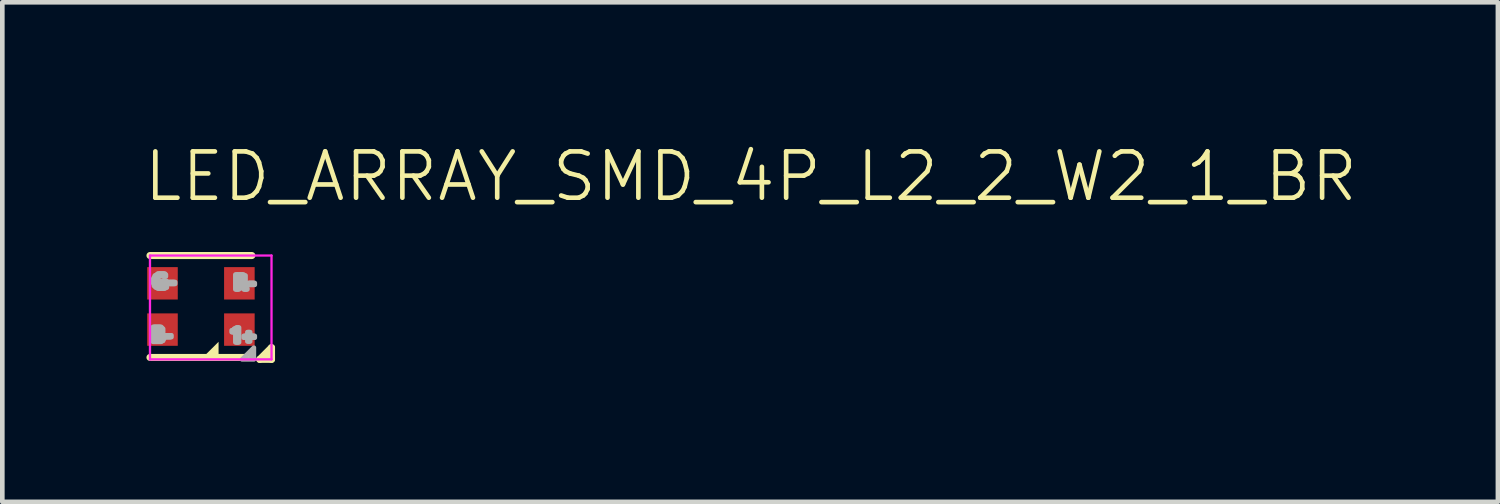
<source format=kicad_pcb>
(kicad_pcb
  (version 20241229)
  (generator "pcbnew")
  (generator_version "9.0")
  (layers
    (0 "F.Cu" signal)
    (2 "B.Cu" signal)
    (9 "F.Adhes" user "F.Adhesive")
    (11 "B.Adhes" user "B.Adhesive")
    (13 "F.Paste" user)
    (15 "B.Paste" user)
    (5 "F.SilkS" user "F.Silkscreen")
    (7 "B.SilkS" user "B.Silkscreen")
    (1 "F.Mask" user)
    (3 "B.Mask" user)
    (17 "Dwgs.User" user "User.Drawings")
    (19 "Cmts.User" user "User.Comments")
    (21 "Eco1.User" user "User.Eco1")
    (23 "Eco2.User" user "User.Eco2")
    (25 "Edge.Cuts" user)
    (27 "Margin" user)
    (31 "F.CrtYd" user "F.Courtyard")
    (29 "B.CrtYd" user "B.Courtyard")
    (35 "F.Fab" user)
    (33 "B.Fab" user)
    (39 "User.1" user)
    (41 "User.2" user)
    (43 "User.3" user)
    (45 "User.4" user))
  (footprint "LED_ARRAY_SMD_4P_L2_2_W2_1_BR"
    (layer "F.Cu")
    (at 1.5 3.588)
    (property "Reference" "LED_ARRAY_SMD_4P_L2_2_W2_1_BR" (at -1.5 -2.827 0) (layer "F.SilkS") (effects (font (size 1 1) (thickness 0.1)) (justify left)))
    (fp_line (start -1.312 -1.121) (end 0.888 -1.121) (stroke (width 0.152) (type solid)) (layer "F.SilkS"))
    (fp_line (start -1.312 1.079) (end 0.888 1.079) (stroke (width 0.152) (type solid)) (layer "F.SilkS"))
    (fp_line (start 1.058 1.121) (end 1.312 1.121) (stroke (width 0.152) (type solid)) (layer "F.SilkS"))
    (fp_line (start 1.312 0.868) (end 1.058 1.121) (stroke (width 0.152) (type solid)) (layer "F.SilkS"))
    (fp_line (start 1.312 1.121) (end 1.312 0.868) (stroke (width 0.152) (type solid)) (layer "F.SilkS"))
    (fp_poly (pts (xy 0.169 0.741) (xy 0.169 1.121) (xy -0.212 1.121)) (stroke (width 0) (type solid)) (fill yes) (layer "F.SilkS"))
    (fp_line (start -1.312 -1.121) (end -1.312 1.121) (stroke (width 0.05) (type solid)) (layer "F.CrtYd"))
    (fp_line (start -1.312 1.121) (end 1.312 1.121) (stroke (width 0.05) (type solid)) (layer "F.CrtYd"))
    (fp_line (start 1.312 -1.121) (end -1.312 -1.121) (stroke (width 0.05) (type solid)) (layer "F.CrtYd"))
    (fp_line (start 1.312 1.121) (end 1.312 -1.121) (stroke (width 0.05) (type solid)) (layer "F.CrtYd"))
    (fp_poly (pts (xy 0.931 1.121) (xy 0.931 0.868) (xy 0.677 1.121)) (stroke (width 0.1) (type solid)) (fill no) (layer "F.Fab"))
    (fp_poly (pts (xy -1.228 -0.529) (xy -1.248 -0.529) (xy -1.248 -0.61) (xy -1.228 -0.61)) (stroke (width 0.1) (type solid)) (fill no) (layer "F.Fab"))
    (fp_poly (pts (xy -1.228 0.741) (xy -1.248 0.741) (xy -1.248 0.42) (xy -1.228 0.42)) (stroke (width 0.1) (type solid)) (fill no) (layer "F.Fab"))
    (fp_poly (pts (xy -1.208 -0.469) (xy -1.228 -0.469) (xy -1.228 -0.649) (xy -1.208 -0.649)) (stroke (width 0.1) (type solid)) (fill no) (layer "F.Fab"))
    (fp_poly (pts (xy -1.208 0.741) (xy -1.228 0.741) (xy -1.228 0.42) (xy -1.208 0.42)) (stroke (width 0.1) (type solid)) (fill no) (layer "F.Fab"))
    (fp_poly (pts (xy -1.188 -0.45) (xy -1.208 -0.45) (xy -1.208 -0.69) (xy -1.188 -0.69)) (stroke (width 0.1) (type solid)) (fill no) (layer "F.Fab"))
    (fp_poly (pts (xy -1.188 0.741) (xy -1.208 0.741) (xy -1.208 0.42) (xy -1.188 0.42)) (stroke (width 0.1) (type solid)) (fill no) (layer "F.Fab"))
    (fp_poly (pts (xy -1.168 -0.429) (xy -1.188 -0.429) (xy -1.188 -0.69) (xy -1.168 -0.69)) (stroke (width 0.1) (type solid)) (fill no) (layer "F.Fab"))
    (fp_poly (pts (xy -1.168 0.741) (xy -1.188 0.741) (xy -1.188 0.42) (xy -1.168 0.42)) (stroke (width 0.1) (type solid)) (fill no) (layer "F.Fab"))
    (fp_poly (pts (xy -1.148 -0.629) (xy -1.168 -0.629) (xy -1.168 -0.71) (xy -1.148 -0.71)) (stroke (width 0.1) (type solid)) (fill no) (layer "F.Fab"))
    (fp_poly (pts (xy -1.148 -0.429) (xy -1.168 -0.429) (xy -1.168 -0.509) (xy -1.148 -0.509)) (stroke (width 0.1) (type solid)) (fill no) (layer "F.Fab"))
    (fp_poly (pts (xy -1.148 0.461) (xy -1.168 0.461) (xy -1.168 0.42) (xy -1.148 0.42)) (stroke (width 0.1) (type solid)) (fill no) (layer "F.Fab"))
    (fp_poly (pts (xy -1.148 0.601) (xy -1.168 0.601) (xy -1.168 0.56) (xy -1.148 0.56)) (stroke (width 0.1) (type solid)) (fill no) (layer "F.Fab"))
    (fp_poly (pts (xy -1.148 0.741) (xy -1.168 0.741) (xy -1.168 0.701) (xy -1.148 0.701)) (stroke (width 0.1) (type solid)) (fill no) (layer "F.Fab"))
    (fp_poly (pts (xy -1.128 -0.649) (xy -1.148 -0.649) (xy -1.148 -0.73) (xy -1.128 -0.73)) (stroke (width 0.1) (type solid)) (fill no) (layer "F.Fab"))
    (fp_poly (pts (xy -1.128 -0.409) (xy -1.148 -0.409) (xy -1.148 -0.469) (xy -1.128 -0.469)) (stroke (width 0.1) (type solid)) (fill no) (layer "F.Fab"))
    (fp_poly (pts (xy -1.128 0.461) (xy -1.148 0.461) (xy -1.148 0.42) (xy -1.128 0.42)) (stroke (width 0.1) (type solid)) (fill no) (layer "F.Fab"))
    (fp_poly (pts (xy -1.128 0.601) (xy -1.148 0.601) (xy -1.148 0.56) (xy -1.128 0.56)) (stroke (width 0.1) (type solid)) (fill no) (layer "F.Fab"))
    (fp_poly (pts (xy -1.128 0.741) (xy -1.148 0.741) (xy -1.148 0.701) (xy -1.128 0.701)) (stroke (width 0.1) (type solid)) (fill no) (layer "F.Fab"))
    (fp_poly (pts (xy -1.108 -0.669) (xy -1.128 -0.669) (xy -1.128 -0.73) (xy -1.108 -0.73)) (stroke (width 0.1) (type solid)) (fill no) (layer "F.Fab"))
    (fp_poly (pts (xy -1.108 -0.409) (xy -1.128 -0.409) (xy -1.128 -0.469) (xy -1.108 -0.469)) (stroke (width 0.1) (type solid)) (fill no) (layer "F.Fab"))
    (fp_poly (pts (xy -1.108 0.461) (xy -1.128 0.461) (xy -1.128 0.42) (xy -1.108 0.42)) (stroke (width 0.1) (type solid)) (fill no) (layer "F.Fab"))
    (fp_poly (pts (xy -1.108 0.601) (xy -1.128 0.601) (xy -1.128 0.54) (xy -1.108 0.54)) (stroke (width 0.1) (type solid)) (fill no) (layer "F.Fab"))
    (fp_poly (pts (xy -1.108 0.741) (xy -1.128 0.741) (xy -1.128 0.701) (xy -1.108 0.701)) (stroke (width 0.1) (type solid)) (fill no) (layer "F.Fab"))
    (fp_poly (pts (xy -1.088 -0.69) (xy -1.108 -0.69) (xy -1.108 -0.73) (xy -1.088 -0.73)) (stroke (width 0.1) (type solid)) (fill no) (layer "F.Fab"))
    (fp_poly (pts (xy -1.088 -0.409) (xy -1.108 -0.409) (xy -1.108 -0.45) (xy -1.088 -0.45)) (stroke (width 0.1) (type solid)) (fill no) (layer "F.Fab"))
    (fp_poly (pts (xy -1.088 0.621) (xy -1.108 0.621) (xy -1.108 0.42) (xy -1.088 0.42)) (stroke (width 0.1) (type solid)) (fill no) (layer "F.Fab"))
    (fp_poly (pts (xy -1.088 0.741) (xy -1.108 0.741) (xy -1.108 0.68) (xy -1.088 0.68)) (stroke (width 0.1) (type solid)) (fill no) (layer "F.Fab"))
    (fp_poly (pts (xy -1.068 -0.69) (xy -1.088 -0.69) (xy -1.088 -0.73) (xy -1.068 -0.73)) (stroke (width 0.1) (type solid)) (fill no) (layer "F.Fab"))
    (fp_poly (pts (xy -1.068 -0.529) (xy -1.088 -0.529) (xy -1.088 -0.57) (xy -1.068 -0.57)) (stroke (width 0.1) (type solid)) (fill no) (layer "F.Fab"))
    (fp_poly (pts (xy -1.068 -0.409) (xy -1.088 -0.409) (xy -1.088 -0.45) (xy -1.068 -0.45)) (stroke (width 0.1) (type solid)) (fill no) (layer "F.Fab"))
    (fp_poly (pts (xy -1.068 0.741) (xy -1.088 0.741) (xy -1.088 0.42) (xy -1.068 0.42)) (stroke (width 0.1) (type solid)) (fill no) (layer "F.Fab"))
    (fp_poly (pts (xy -1.048 -0.69) (xy -1.068 -0.69) (xy -1.068 -0.73) (xy -1.048 -0.73)) (stroke (width 0.1) (type solid)) (fill no) (layer "F.Fab"))
    (fp_poly (pts (xy -1.048 -0.529) (xy -1.068 -0.529) (xy -1.068 -0.57) (xy -1.048 -0.57)) (stroke (width 0.1) (type solid)) (fill no) (layer "F.Fab"))
    (fp_poly (pts (xy -1.048 -0.409) (xy -1.068 -0.409) (xy -1.068 -0.45) (xy -1.048 -0.45)) (stroke (width 0.1) (type solid)) (fill no) (layer "F.Fab"))
    (fp_poly (pts (xy -1.048 0.56) (xy -1.068 0.56) (xy -1.068 0.441) (xy -1.048 0.441)) (stroke (width 0.1) (type solid)) (fill no) (layer "F.Fab"))
    (fp_poly (pts (xy -1.048 0.721) (xy -1.068 0.721) (xy -1.068 0.581) (xy -1.048 0.581)) (stroke (width 0.1) (type solid)) (fill no) (layer "F.Fab"))
    (fp_poly (pts (xy -1.028 -0.69) (xy -1.048 -0.69) (xy -1.048 -0.73) (xy -1.028 -0.73)) (stroke (width 0.1) (type solid)) (fill no) (layer "F.Fab"))
    (fp_poly (pts (xy -1.028 -0.529) (xy -1.048 -0.529) (xy -1.048 -0.57) (xy -1.028 -0.57)) (stroke (width 0.1) (type solid)) (fill no) (layer "F.Fab"))
    (fp_poly (pts (xy -1.028 -0.409) (xy -1.048 -0.409) (xy -1.048 -0.45) (xy -1.028 -0.45)) (stroke (width 0.1) (type solid)) (fill no) (layer "F.Fab"))
    (fp_poly (pts (xy -1.028 0.54) (xy -1.048 0.54) (xy -1.048 0.461) (xy -1.028 0.461)) (stroke (width 0.1) (type solid)) (fill no) (layer "F.Fab"))
    (fp_poly (pts (xy -1.028 0.721) (xy -1.048 0.721) (xy -1.048 0.601) (xy -1.028 0.601)) (stroke (width 0.1) (type solid)) (fill no) (layer "F.Fab"))
    (fp_poly (pts (xy -1.008 -0.669) (xy -1.028 -0.669) (xy -1.028 -0.73) (xy -1.008 -0.73)) (stroke (width 0.1) (type solid)) (fill no) (layer "F.Fab"))
    (fp_poly (pts (xy -1.008 -0.409) (xy -1.028 -0.409) (xy -1.028 -0.57) (xy -1.008 -0.57)) (stroke (width 0.1) (type solid)) (fill no) (layer "F.Fab"))
    (fp_poly (pts (xy -1.008 0.68) (xy -1.028 0.68) (xy -1.028 0.621) (xy -1.008 0.621)) (stroke (width 0.1) (type solid)) (fill no) (layer "F.Fab"))
    (fp_poly (pts (xy -0.988 -0.669) (xy -1.008 -0.669) (xy -1.008 -0.73) (xy -0.988 -0.73)) (stroke (width 0.1) (type solid)) (fill no) (layer "F.Fab"))
    (fp_poly (pts (xy -0.988 -0.409) (xy -1.008 -0.409) (xy -1.008 -0.57) (xy -0.988 -0.57)) (stroke (width 0.1) (type solid)) (fill no) (layer "F.Fab"))
    (fp_poly (pts (xy -0.968 -0.669) (xy -0.988 -0.669) (xy -0.988 -0.71) (xy -0.968 -0.71)) (stroke (width 0.1) (type solid)) (fill no) (layer "F.Fab"))
    (fp_poly (pts (xy -0.968 -0.429) (xy -0.988 -0.429) (xy -0.988 -0.57) (xy -0.968 -0.57)) (stroke (width 0.1) (type solid)) (fill no) (layer "F.Fab"))
    (fp_poly (pts (xy -0.968 0.64) (xy -0.988 0.64) (xy -0.988 0.601) (xy -0.968 0.601)) (stroke (width 0.1) (type solid)) (fill no) (layer "F.Fab"))
    (fp_poly (pts (xy -0.948 -0.429) (xy -0.968 -0.429) (xy -0.968 -0.57) (xy -0.948 -0.57)) (stroke (width 0.1) (type solid)) (fill no) (layer "F.Fab"))
    (fp_poly (pts (xy -0.948 0.64) (xy -0.968 0.64) (xy -0.968 0.601) (xy -0.948 0.601)) (stroke (width 0.1) (type solid)) (fill no) (layer "F.Fab"))
    (fp_poly (pts (xy -0.928 0.64) (xy -0.948 0.64) (xy -0.948 0.601) (xy -0.928 0.601)) (stroke (width 0.1) (type solid)) (fill no) (layer "F.Fab"))
    (fp_poly (pts (xy -0.908 0.64) (xy -0.928 0.64) (xy -0.928 0.601) (xy -0.908 0.601)) (stroke (width 0.1) (type solid)) (fill no) (layer "F.Fab"))
    (fp_poly (pts (xy -0.888 -0.509) (xy -0.908 -0.509) (xy -0.908 -0.549) (xy -0.888 -0.549)) (stroke (width 0.1) (type solid)) (fill no) (layer "F.Fab"))
    (fp_poly (pts (xy -0.888 0.64) (xy -0.908 0.64) (xy -0.908 0.601) (xy -0.888 0.601)) (stroke (width 0.1) (type solid)) (fill no) (layer "F.Fab"))
    (fp_poly (pts (xy -0.868 -0.509) (xy -0.888 -0.509) (xy -0.888 -0.549) (xy -0.868 -0.549)) (stroke (width 0.1) (type solid)) (fill no) (layer "F.Fab"))
    (fp_poly (pts (xy -0.868 0.64) (xy -0.888 0.64) (xy -0.888 0.601) (xy -0.868 0.601)) (stroke (width 0.1) (type solid)) (fill no) (layer "F.Fab"))
    (fp_poly (pts (xy -0.848 -0.509) (xy -0.868 -0.509) (xy -0.868 -0.549) (xy -0.848 -0.549)) (stroke (width 0.1) (type solid)) (fill no) (layer "F.Fab"))
    (fp_poly (pts (xy -0.848 0.64) (xy -0.868 0.64) (xy -0.868 0.601) (xy -0.848 0.601)) (stroke (width 0.1) (type solid)) (fill no) (layer "F.Fab"))
    (fp_poly (pts (xy -0.828 -0.509) (xy -0.848 -0.509) (xy -0.848 -0.549) (xy -0.828 -0.549)) (stroke (width 0.1) (type solid)) (fill no) (layer "F.Fab"))
    (fp_poly (pts (xy -0.808 -0.509) (xy -0.828 -0.509) (xy -0.828 -0.549) (xy -0.808 -0.549)) (stroke (width 0.1) (type solid)) (fill no) (layer "F.Fab"))
    (fp_poly (pts (xy -0.788 -0.509) (xy -0.808 -0.509) (xy -0.808 -0.549) (xy -0.788 -0.549)) (stroke (width 0.1) (type solid)) (fill no) (layer "F.Fab"))
    (fp_poly (pts (xy -0.768 -0.509) (xy -0.788 -0.509) (xy -0.788 -0.549) (xy -0.768 -0.549)) (stroke (width 0.1) (type solid)) (fill no) (layer "F.Fab"))
    (fp_poly (pts (xy 0.451 0.493) (xy 0.471 0.493) (xy 0.471 0.533) (xy 0.451 0.533)) (stroke (width 0.1) (type solid)) (fill no) (layer "F.Fab"))
    (fp_poly (pts (xy 0.471 0.493) (xy 0.491 0.493) (xy 0.491 0.533) (xy 0.471 0.533)) (stroke (width 0.1) (type solid)) (fill no) (layer "F.Fab"))
    (fp_poly (pts (xy 0.491 0.473) (xy 0.511 0.473) (xy 0.511 0.533) (xy 0.491 0.533)) (stroke (width 0.1) (type solid)) (fill no) (layer "F.Fab"))
    (fp_poly (pts (xy 0.511 0.454) (xy 0.531 0.454) (xy 0.531 0.513) (xy 0.511 0.513)) (stroke (width 0.1) (type solid)) (fill no) (layer "F.Fab"))
    (fp_poly (pts (xy 0.531 -0.71) (xy 0.551 -0.71) (xy 0.551 -0.39) (xy 0.531 -0.39)) (stroke (width 0.1) (type solid)) (fill no) (layer "F.Fab"))
    (fp_poly (pts (xy 0.531 0.454) (xy 0.551 0.454) (xy 0.551 0.753) (xy 0.531 0.753)) (stroke (width 0.1) (type solid)) (fill no) (layer "F.Fab"))
    (fp_poly (pts (xy 0.551 -0.71) (xy 0.571 -0.71) (xy 0.571 -0.39) (xy 0.551 -0.39)) (stroke (width 0.1) (type solid)) (fill no) (layer "F.Fab"))
    (fp_poly (pts (xy 0.551 0.433) (xy 0.571 0.433) (xy 0.571 0.753) (xy 0.551 0.753)) (stroke (width 0.1) (type solid)) (fill no) (layer "F.Fab"))
    (fp_poly (pts (xy 0.571 -0.71) (xy 0.591 -0.71) (xy 0.591 -0.39) (xy 0.571 -0.39)) (stroke (width 0.1) (type solid)) (fill no) (layer "F.Fab"))
    (fp_poly (pts (xy 0.571 0.433) (xy 0.591 0.433) (xy 0.591 0.753) (xy 0.571 0.753)) (stroke (width 0.1) (type solid)) (fill no) (layer "F.Fab"))
    (fp_poly (pts (xy 0.591 -0.71) (xy 0.611 -0.71) (xy 0.611 -0.39) (xy 0.591 -0.39)) (stroke (width 0.1) (type solid)) (fill no) (layer "F.Fab"))
    (fp_poly (pts (xy 0.591 0.433) (xy 0.611 0.433) (xy 0.611 0.753) (xy 0.591 0.753)) (stroke (width 0.1) (type solid)) (fill no) (layer "F.Fab"))
    (fp_poly (pts (xy 0.611 -0.71) (xy 0.631 -0.71) (xy 0.631 -0.669) (xy 0.611 -0.669)) (stroke (width 0.1) (type solid)) (fill no) (layer "F.Fab"))
    (fp_poly (pts (xy 0.611 -0.57) (xy 0.631 -0.57) (xy 0.631 -0.529) (xy 0.611 -0.529)) (stroke (width 0.1) (type solid)) (fill no) (layer "F.Fab"))
    (fp_poly (pts (xy 0.631 -0.71) (xy 0.651 -0.71) (xy 0.651 -0.669) (xy 0.631 -0.669)) (stroke (width 0.1) (type solid)) (fill no) (layer "F.Fab"))
    (fp_poly (pts (xy 0.631 -0.57) (xy 0.651 -0.57) (xy 0.651 -0.509) (xy 0.631 -0.509)) (stroke (width 0.1) (type solid)) (fill no) (layer "F.Fab"))
    (fp_poly (pts (xy 0.651 -0.71) (xy 0.671 -0.71) (xy 0.671 -0.669) (xy 0.651 -0.669)) (stroke (width 0.1) (type solid)) (fill no) (layer "F.Fab"))
    (fp_poly (pts (xy 0.651 -0.57) (xy 0.671 -0.57) (xy 0.671 -0.489) (xy 0.651 -0.489)) (stroke (width 0.1) (type solid)) (fill no) (layer "F.Fab"))
    (fp_poly (pts (xy 0.671 -0.71) (xy 0.691 -0.71) (xy 0.691 -0.649) (xy 0.671 -0.649)) (stroke (width 0.1) (type solid)) (fill no) (layer "F.Fab"))
    (fp_poly (pts (xy 0.671 -0.59) (xy 0.691 -0.59) (xy 0.691 -0.45) (xy 0.671 -0.45)) (stroke (width 0.1) (type solid)) (fill no) (layer "F.Fab"))
    (fp_poly (pts (xy 0.691 -0.71) (xy 0.711 -0.71) (xy 0.711 -0.549) (xy 0.691 -0.549)) (stroke (width 0.1) (type solid)) (fill no) (layer "F.Fab"))
    (fp_poly (pts (xy 0.691 -0.529) (xy 0.711 -0.529) (xy 0.711 -0.409) (xy 0.691 -0.409)) (stroke (width 0.1) (type solid)) (fill no) (layer "F.Fab"))
    (fp_poly (pts (xy 0.711 -0.69) (xy 0.731 -0.69) (xy 0.731 -0.549) (xy 0.711 -0.549)) (stroke (width 0.1) (type solid)) (fill no) (layer "F.Fab"))
    (fp_poly (pts (xy 0.711 -0.509) (xy 0.731 -0.509) (xy 0.731 -0.39) (xy 0.711 -0.39)) (stroke (width 0.1) (type solid)) (fill no) (layer "F.Fab"))
    (fp_poly (pts (xy 0.711 0.614) (xy 0.731 0.614) (xy 0.731 0.653) (xy 0.711 0.653)) (stroke (width 0.1) (type solid)) (fill no) (layer "F.Fab"))
    (fp_poly (pts (xy 0.731 -0.69) (xy 0.751 -0.69) (xy 0.751 -0.57) (xy 0.731 -0.57)) (stroke (width 0.1) (type solid)) (fill no) (layer "F.Fab"))
    (fp_poly (pts (xy 0.731 -0.489) (xy 0.751 -0.489) (xy 0.751 -0.39) (xy 0.731 -0.39)) (stroke (width 0.1) (type solid)) (fill no) (layer "F.Fab"))
    (fp_poly (pts (xy 0.731 0.614) (xy 0.751 0.614) (xy 0.751 0.653) (xy 0.731 0.653)) (stroke (width 0.1) (type solid)) (fill no) (layer "F.Fab"))
    (fp_poly (pts (xy 0.751 -0.45) (xy 0.771 -0.45) (xy 0.771 -0.39) (xy 0.751 -0.39)) (stroke (width 0.1) (type solid)) (fill no) (layer "F.Fab"))
    (fp_poly (pts (xy 0.751 0.614) (xy 0.771 0.614) (xy 0.771 0.653) (xy 0.751 0.653)) (stroke (width 0.1) (type solid)) (fill no) (layer "F.Fab"))
    (fp_poly (pts (xy 0.771 -0.409) (xy 0.791 -0.409) (xy 0.791 -0.39) (xy 0.771 -0.39)) (stroke (width 0.1) (type solid)) (fill no) (layer "F.Fab"))
    (fp_poly (pts (xy 0.771 0.614) (xy 0.791 0.614) (xy 0.791 0.653) (xy 0.771 0.653)) (stroke (width 0.1) (type solid)) (fill no) (layer "F.Fab"))
    (fp_poly (pts (xy 0.791 0.533) (xy 0.811 0.533) (xy 0.811 0.734) (xy 0.791 0.734)) (stroke (width 0.1) (type solid)) (fill no) (layer "F.Fab"))
    (fp_poly (pts (xy 0.811 -0.529) (xy 0.831 -0.529) (xy 0.831 -0.489) (xy 0.811 -0.489)) (stroke (width 0.1) (type solid)) (fill no) (layer "F.Fab"))
    (fp_poly (pts (xy 0.811 0.533) (xy 0.831 0.533) (xy 0.831 0.734) (xy 0.811 0.734)) (stroke (width 0.1) (type solid)) (fill no) (layer "F.Fab"))
    (fp_poly (pts (xy 0.831 -0.529) (xy 0.851 -0.529) (xy 0.851 -0.489) (xy 0.831 -0.489)) (stroke (width 0.1) (type solid)) (fill no) (layer "F.Fab"))
    (fp_poly (pts (xy 0.831 0.533) (xy 0.851 0.533) (xy 0.851 0.734) (xy 0.831 0.734)) (stroke (width 0.1) (type solid)) (fill no) (layer "F.Fab"))
    (fp_poly (pts (xy 0.851 -0.529) (xy 0.871 -0.529) (xy 0.871 -0.489) (xy 0.851 -0.489)) (stroke (width 0.1) (type solid)) (fill no) (layer "F.Fab"))
    (fp_poly (pts (xy 0.851 0.614) (xy 0.871 0.614) (xy 0.871 0.653) (xy 0.851 0.653)) (stroke (width 0.1) (type solid)) (fill no) (layer "F.Fab"))
    (fp_poly (pts (xy 0.871 -0.529) (xy 0.891 -0.529) (xy 0.891 -0.489) (xy 0.871 -0.489)) (stroke (width 0.1) (type solid)) (fill no) (layer "F.Fab"))
    (fp_poly (pts (xy 0.871 0.614) (xy 0.891 0.614) (xy 0.891 0.653) (xy 0.871 0.653)) (stroke (width 0.1) (type solid)) (fill no) (layer "F.Fab"))
    (fp_poly (pts (xy 0.891 -0.529) (xy 0.911 -0.529) (xy 0.911 -0.489) (xy 0.891 -0.489)) (stroke (width 0.1) (type solid)) (fill no) (layer "F.Fab"))
    (fp_poly (pts (xy 0.891 0.614) (xy 0.911 0.614) (xy 0.911 0.653) (xy 0.891 0.653)) (stroke (width 0.1) (type solid)) (fill no) (layer "F.Fab"))
    (fp_poly (pts (xy 0.911 -0.529) (xy 0.931 -0.529) (xy 0.931 -0.489) (xy 0.911 -0.489)) (stroke (width 0.1) (type solid)) (fill no) (layer "F.Fab"))
    (fp_poly (pts (xy 0.911 0.614) (xy 0.931 0.614) (xy 0.931 0.653) (xy 0.911 0.653)) (stroke (width 0.1) (type solid)) (fill no) (layer "F.Fab"))
    (fp_poly (pts (xy 0.931 -0.529) (xy 0.951 -0.529) (xy 0.951 -0.489) (xy 0.931 -0.489)) (stroke (width 0.1) (type solid)) (fill no) (layer "F.Fab"))
    (fp_poly (pts (xy 0.931 0.614) (xy 0.951 0.614) (xy 0.951 0.653) (xy 0.931 0.653)) (stroke (width 0.1) (type solid)) (fill no) (layer "F.Fab"))
    (fp_poly (pts (xy 0.893 1.004) (xy 0.892 0.998) (xy 0.891 0.992) (xy 0.888 0.987) (xy 0.884 0.982) (xy 0.88 0.979) (xy 0.874 0.976) (xy 0.869 0.974) (xy 0.863 0.974) (xy 0.857 0.974) (xy 0.852 0.976) (xy 0.846 0.979) (xy 0.842 0.982) (xy 0.838 0.987) (xy 0.835 0.992) (xy 0.834 0.998) (xy 0.833 1.004) (xy 0.834 1.009) (xy 0.835 1.015) (xy 0.838 1.02) (xy 0.842 1.025) (xy 0.846 1.028) (xy 0.852 1.031) (xy 0.857 1.033) (xy 0.863 1.034) (xy 0.869 1.033) (xy 0.874 1.031) (xy 0.88 1.028) (xy 0.884 1.025) (xy 0.888 1.02) (xy 0.891 1.015) (xy 0.892 1.009)) (stroke (width 0.1) (type solid)) (fill no) (layer "F.Fab"))
    (pad "" smd rect (at -1.042 -0.521) (size 0.76 0.8) (layers "F.Mask"))
    (pad "" smd rect (at -1.042 0.478) (size 0.76 0.8) (layers "F.Mask"))
    (pad "" smd rect (at 0.618 -0.521) (size 0.76 0.8) (layers "F.Mask"))
    (pad "" smd rect (at 0.618 0.478) (size 0.76 0.8) (layers "F.Mask"))
    (pad "1" smd rect (at 0.618 0.478) (size 0.66 0.7) (layers "F.Cu" "F.Paste"))
    (pad "2" smd rect (at 0.618 -0.521) (size 0.66 0.7) (layers "F.Cu" "F.Paste"))
    (pad "3" smd rect (at -1.042 -0.521) (size 0.66 0.7) (layers "F.Cu" "F.Paste"))
    (pad "4" smd rect (at -1.042 0.478) (size 0.66 0.7) (layers "F.Cu" "F.Paste")))
  (gr_rect
    (start -3 -3)
    (end 29.29 7.785)
    (stroke (width 0.1) (type default))
    (fill no)
    (layer "Edge.Cuts")))
</source>
